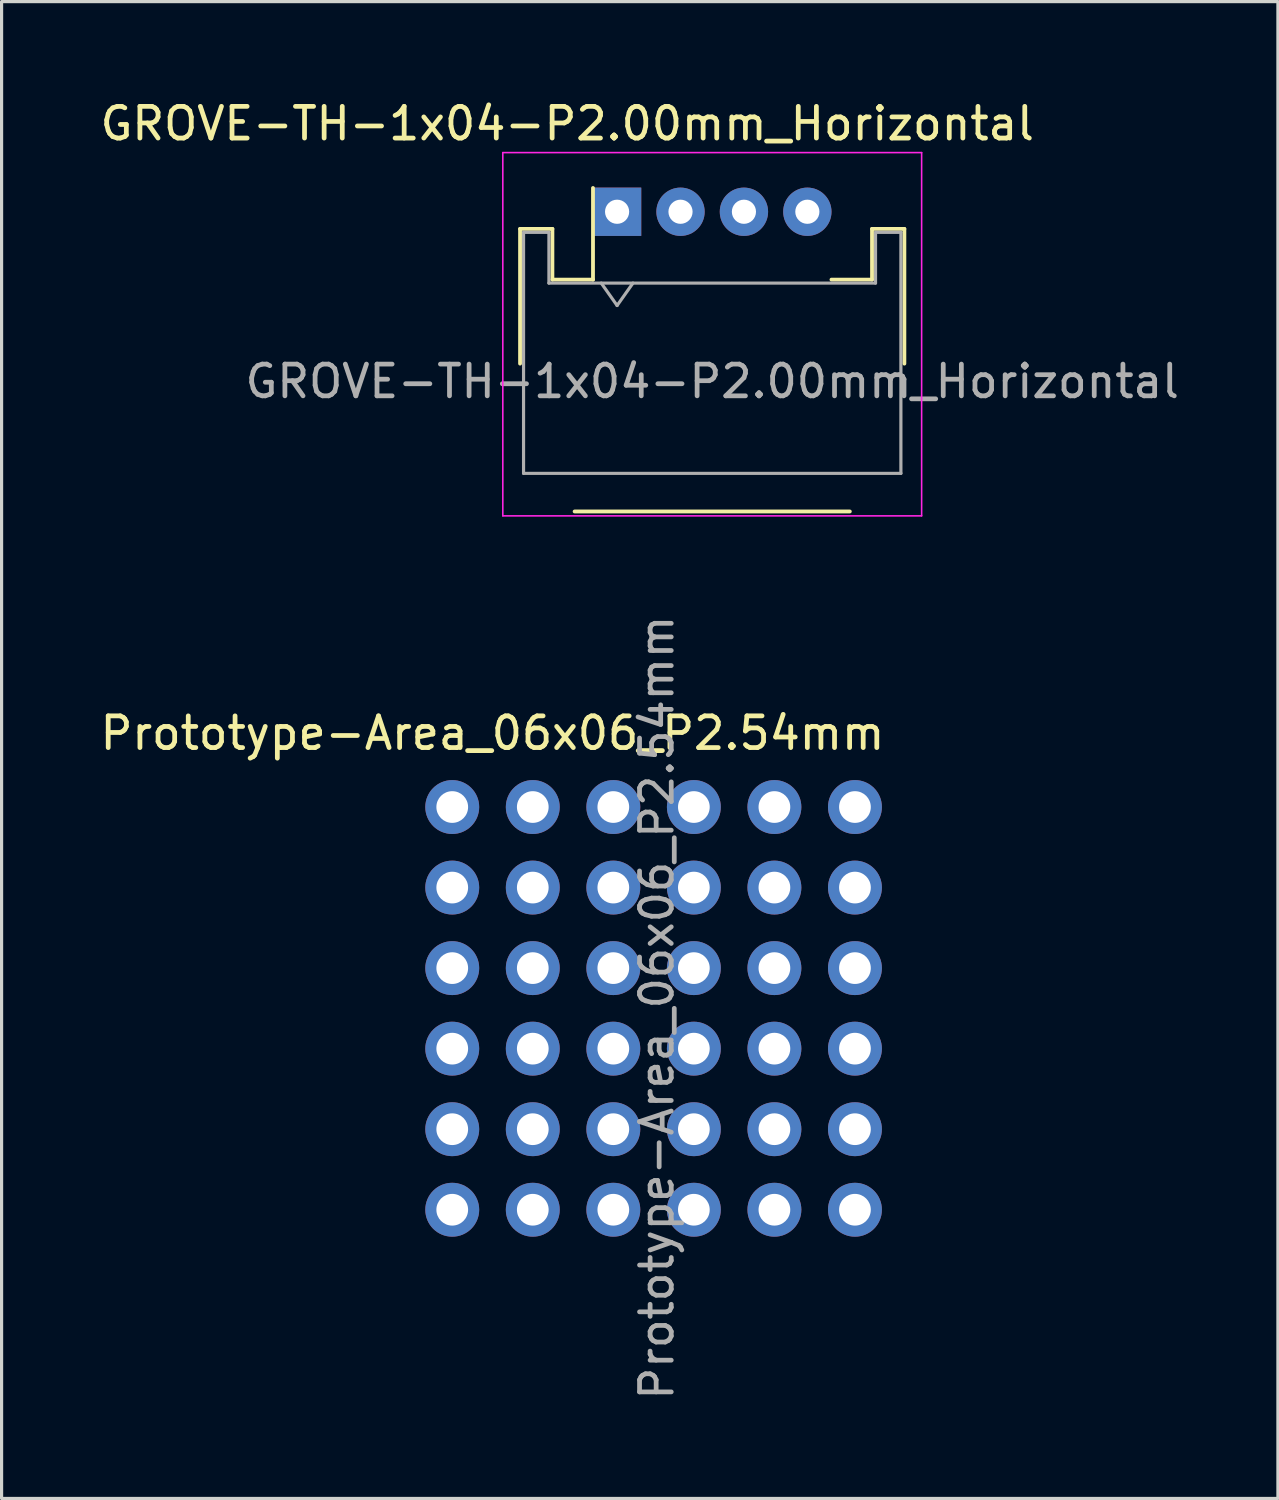
<source format=kicad_pcb>
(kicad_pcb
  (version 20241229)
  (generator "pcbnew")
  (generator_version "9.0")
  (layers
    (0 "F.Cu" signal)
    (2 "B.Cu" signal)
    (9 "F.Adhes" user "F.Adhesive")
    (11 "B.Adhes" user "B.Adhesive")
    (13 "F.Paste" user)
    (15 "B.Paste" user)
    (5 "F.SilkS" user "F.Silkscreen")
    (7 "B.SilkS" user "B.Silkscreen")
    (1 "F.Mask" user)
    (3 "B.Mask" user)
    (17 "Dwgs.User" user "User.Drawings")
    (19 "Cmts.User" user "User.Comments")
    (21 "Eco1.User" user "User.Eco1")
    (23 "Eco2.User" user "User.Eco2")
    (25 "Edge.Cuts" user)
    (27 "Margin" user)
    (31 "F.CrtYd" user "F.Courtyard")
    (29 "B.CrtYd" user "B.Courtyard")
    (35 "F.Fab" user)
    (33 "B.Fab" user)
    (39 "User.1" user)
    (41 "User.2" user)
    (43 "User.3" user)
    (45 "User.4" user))
  (footprint "GROVE-TH-1x04-P2.00mm_Horizontal"
    (layer "F.Cu")
    (at 19.411 7.478)
    (property "Reference" "GROVE-TH-1x04-P2.00mm_Horizontal" (at -4.572 -6.629 0) (layer "F.SilkS") (effects (font (size 1 1) (thickness 0.15))))
    (attr smd)
    (fp_line (start -6.06 -3.31) (end -5.04 -3.31) (stroke (width 0.12) (type solid)) (layer "F.SilkS"))
    (fp_line (start -6.06 0.94) (end -6.06 -3.31) (stroke (width 0.12) (type solid)) (layer "F.SilkS"))
    (fp_line (start -5.04 -3.31) (end -5.04 -1.71) (stroke (width 0.12) (type solid)) (layer "F.SilkS"))
    (fp_line (start -5.04 -1.71) (end -3.76 -1.71) (stroke (width 0.12) (type solid)) (layer "F.SilkS"))
    (fp_line (start -4.34 5.602) (end 4.34 5.602) (stroke (width 0.12) (type solid)) (layer "F.SilkS"))
    (fp_line (start -3.76 -1.71) (end -3.76 -4.6) (stroke (width 0.12) (type solid)) (layer "F.SilkS"))
    (fp_line (start 5.04 -3.31) (end 5.04 -1.71) (stroke (width 0.12) (type solid)) (layer "F.SilkS"))
    (fp_line (start 5.04 -1.71) (end 3.76 -1.71) (stroke (width 0.12) (type solid)) (layer "F.SilkS"))
    (fp_line (start 6.06 -3.31) (end 5.04 -3.31) (stroke (width 0.12) (type solid)) (layer "F.SilkS"))
    (fp_line (start 6.06 0.94) (end 6.06 -3.31) (stroke (width 0.12) (type solid)) (layer "F.SilkS"))
    (fp_line (start -6.604 -5.715) (end -6.604 5.74) (stroke (width 0.05) (type solid)) (layer "F.CrtYd"))
    (fp_line (start -6.604 -5.715) (end 6.604 -5.715) (stroke (width 0.05) (type solid)) (layer "F.CrtYd"))
    (fp_line (start 6.604 -5.715) (end 6.604 5.74) (stroke (width 0.05) (type solid)) (layer "F.CrtYd"))
    (fp_line (start 6.604 5.74) (end -6.604 5.74) (stroke (width 0.05) (type solid)) (layer "F.CrtYd"))
    (fp_line (start -5.95 -3.2) (end -5.95 4.4) (stroke (width 0.1) (type solid)) (layer "F.Fab"))
    (fp_line (start -5.95 -3.2) (end -5.15 -3.2) (stroke (width 0.1) (type solid)) (layer "F.Fab"))
    (fp_line (start -5.95 4.4) (end 5.95 4.4) (stroke (width 0.1) (type solid)) (layer "F.Fab"))
    (fp_line (start -5.15 -3.2) (end -5.15 -1.6) (stroke (width 0.1) (type solid)) (layer "F.Fab"))
    (fp_line (start -5.15 -1.6) (end 5.15 -1.6) (stroke (width 0.1) (type solid)) (layer "F.Fab"))
    (fp_line (start -3.5 -1.6) (end -3 -0.893) (stroke (width 0.1) (type solid)) (layer "F.Fab"))
    (fp_line (start -3 -0.893) (end -2.5 -1.6) (stroke (width 0.1) (type solid)) (layer "F.Fab"))
    (fp_line (start 5.15 -3.2) (end 5.95 -3.2) (stroke (width 0.1) (type solid)) (layer "F.Fab"))
    (fp_line (start 5.15 -1.6) (end 5.15 -3.2) (stroke (width 0.1) (type solid)) (layer "F.Fab"))
    (fp_line (start 5.95 -3.2) (end 5.95 4.4) (stroke (width 0.1) (type solid)) (layer "F.Fab"))
    (fp_text user "${REFERENCE}" (at 0 1.5 0) (layer "F.Fab") (effects (font (size 1 1) (thickness 0.15))))
    (pad "1" thru_hole rect (at -3 -3.85) (size 1.524 1.524) (drill 0.762) (layers "*.Cu" "*.Mask"))
    (pad "2" thru_hole circle (at -1 -3.85) (size 1.524 1.524) (drill 0.762) (layers "*.Cu" "*.Mask"))
    (pad "3" thru_hole circle (at 1 -3.85) (size 1.524 1.524) (drill 0.762) (layers "*.Cu" "*.Mask"))
    (pad "4" thru_hole circle (at 3 -3.85) (size 1.524 1.524) (drill 0.762) (layers "*.Cu" "*.Mask")))
  (footprint "Prototype-Area_06x06_P2.54mm"
    (layer "F.Cu")
    (at 11.212 22.401)
    (property "Reference" "Prototype-Area_06x06_P2.54mm" (at 1.27 -2.33 0) (layer "F.SilkS") (effects (font (size 1 1) (thickness 0.15))))
    (attr through_hole)
    (fp_text user "${REFERENCE}" (at 6.452 6.325 90) (layer "F.Fab") (effects (font (size 1 1) (thickness 0.15))))
    (pad "" thru_hole circle (at 0 0) (size 1.7 1.7) (drill 1) (layers "*.Cu" "*.Mask"))
    (pad "" thru_hole oval (at 0 2.54) (size 1.7 1.7) (drill 1) (layers "*.Cu" "*.Mask"))
    (pad "" thru_hole oval (at 0 5.08) (size 1.7 1.7) (drill 1) (layers "*.Cu" "*.Mask"))
    (pad "" thru_hole circle (at 0 7.62) (size 1.7 1.7) (drill 1) (layers "*.Cu" "*.Mask"))
    (pad "" thru_hole oval (at 0 10.16) (size 1.7 1.7) (drill 1) (layers "*.Cu" "*.Mask"))
    (pad "" thru_hole oval (at 0 12.7) (size 1.7 1.7) (drill 1) (layers "*.Cu" "*.Mask"))
    (pad "" thru_hole oval (at 2.54 0) (size 1.7 1.7) (drill 1) (layers "*.Cu" "*.Mask"))
    (pad "" thru_hole oval (at 2.54 2.54) (size 1.7 1.7) (drill 1) (layers "*.Cu" "*.Mask"))
    (pad "" thru_hole oval (at 2.54 5.08) (size 1.7 1.7) (drill 1) (layers "*.Cu" "*.Mask"))
    (pad "" thru_hole oval (at 2.54 7.62) (size 1.7 1.7) (drill 1) (layers "*.Cu" "*.Mask"))
    (pad "" thru_hole oval (at 2.54 10.16) (size 1.7 1.7) (drill 1) (layers "*.Cu" "*.Mask"))
    (pad "" thru_hole oval (at 2.54 12.7) (size 1.7 1.7) (drill 1) (layers "*.Cu" "*.Mask"))
    (pad "" thru_hole circle (at 5.08 0) (size 1.7 1.7) (drill 1) (layers "*.Cu" "*.Mask"))
    (pad "" thru_hole oval (at 5.08 2.54) (size 1.7 1.7) (drill 1) (layers "*.Cu" "*.Mask"))
    (pad "" thru_hole oval (at 5.08 5.08) (size 1.7 1.7) (drill 1) (layers "*.Cu" "*.Mask"))
    (pad "" thru_hole circle (at 5.08 7.62) (size 1.7 1.7) (drill 1) (layers "*.Cu" "*.Mask"))
    (pad "" thru_hole oval (at 5.08 10.16) (size 1.7 1.7) (drill 1) (layers "*.Cu" "*.Mask"))
    (pad "" thru_hole oval (at 5.08 12.7) (size 1.7 1.7) (drill 1) (layers "*.Cu" "*.Mask"))
    (pad "" thru_hole oval (at 7.62 0) (size 1.7 1.7) (drill 1) (layers "*.Cu" "*.Mask"))
    (pad "" thru_hole oval (at 7.62 2.54) (size 1.7 1.7) (drill 1) (layers "*.Cu" "*.Mask"))
    (pad "" thru_hole oval (at 7.62 5.08) (size 1.7 1.7) (drill 1) (layers "*.Cu" "*.Mask"))
    (pad "" thru_hole oval (at 7.62 7.62) (size 1.7 1.7) (drill 1) (layers "*.Cu" "*.Mask"))
    (pad "" thru_hole oval (at 7.62 10.16) (size 1.7 1.7) (drill 1) (layers "*.Cu" "*.Mask"))
    (pad "" thru_hole oval (at 7.62 12.7) (size 1.7 1.7) (drill 1) (layers "*.Cu" "*.Mask"))
    (pad "" thru_hole circle (at 10.16 0) (size 1.7 1.7) (drill 1) (layers "*.Cu" "*.Mask"))
    (pad "" thru_hole oval (at 10.16 2.54) (size 1.7 1.7) (drill 1) (layers "*.Cu" "*.Mask"))
    (pad "" thru_hole oval (at 10.16 5.08) (size 1.7 1.7) (drill 1) (layers "*.Cu" "*.Mask"))
    (pad "" thru_hole circle (at 10.16 7.62) (size 1.7 1.7) (drill 1) (layers "*.Cu" "*.Mask"))
    (pad "" thru_hole oval (at 10.16 10.16) (size 1.7 1.7) (drill 1) (layers "*.Cu" "*.Mask"))
    (pad "" thru_hole oval (at 10.16 12.7) (size 1.7 1.7) (drill 1) (layers "*.Cu" "*.Mask"))
    (pad "" thru_hole oval (at 12.7 0) (size 1.7 1.7) (drill 1) (layers "*.Cu" "*.Mask"))
    (pad "" thru_hole oval (at 12.7 2.54) (size 1.7 1.7) (drill 1) (layers "*.Cu" "*.Mask"))
    (pad "" thru_hole oval (at 12.7 5.08) (size 1.7 1.7) (drill 1) (layers "*.Cu" "*.Mask"))
    (pad "" thru_hole oval (at 12.7 7.62) (size 1.7 1.7) (drill 1) (layers "*.Cu" "*.Mask"))
    (pad "" thru_hole oval (at 12.7 10.16) (size 1.7 1.7) (drill 1) (layers "*.Cu" "*.Mask"))
    (pad "" thru_hole oval (at 12.7 12.7) (size 1.7 1.7) (drill 1) (layers "*.Cu" "*.Mask")))
  (gr_rect
    (start -3 -3)
    (end 37.251 44.207)
    (stroke (width 0.1) (type default))
    (fill no)
    (layer "Edge.Cuts")))
</source>
